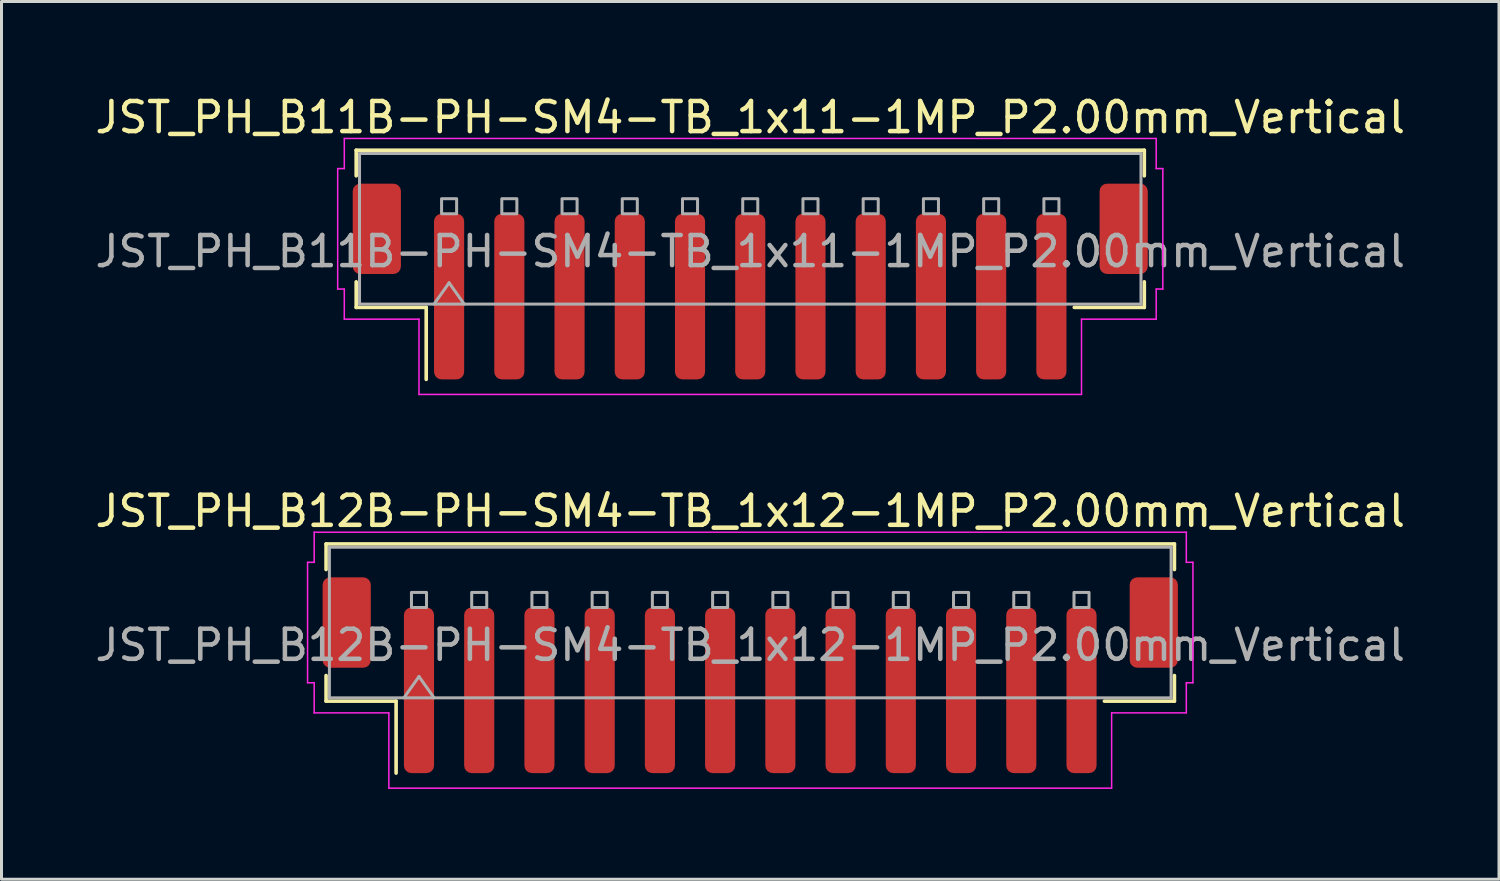
<source format=kicad_pcb>
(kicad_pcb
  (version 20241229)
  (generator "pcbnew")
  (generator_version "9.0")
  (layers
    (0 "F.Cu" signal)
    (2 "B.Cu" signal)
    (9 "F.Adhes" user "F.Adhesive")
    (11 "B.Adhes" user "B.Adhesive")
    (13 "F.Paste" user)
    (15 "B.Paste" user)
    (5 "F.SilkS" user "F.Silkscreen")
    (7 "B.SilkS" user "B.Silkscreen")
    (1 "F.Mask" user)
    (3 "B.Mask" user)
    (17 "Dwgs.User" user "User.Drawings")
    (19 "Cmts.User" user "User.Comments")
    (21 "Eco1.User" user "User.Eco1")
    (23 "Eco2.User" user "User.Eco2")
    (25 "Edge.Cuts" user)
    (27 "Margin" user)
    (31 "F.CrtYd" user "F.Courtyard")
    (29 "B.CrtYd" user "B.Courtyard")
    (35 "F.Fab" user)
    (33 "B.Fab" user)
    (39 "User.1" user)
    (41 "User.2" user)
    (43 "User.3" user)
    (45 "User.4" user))
  (footprint "JST_PH_B12B-PH-SM4-TB_1x12-1MP_P2.00mm_Vertical"
    (layer "F.Cu")
    (at 21.863 19.372)
    (property "Reference" "JST_PH_B12B-PH-SM4-TB_1x12-1MP_P2.00mm_Vertical" (at 0 -5.45 0) (layer "F.SilkS") (effects (font (size 1 1) (thickness 0.15))))
    (attr smd)
    (fp_line (start -14.085 -4.36) (end 14.085 -4.36) (stroke (width 0.12) (type solid)) (layer "F.SilkS"))
    (fp_line (start -14.085 -3.51) (end -14.085 -4.36) (stroke (width 0.12) (type solid)) (layer "F.SilkS"))
    (fp_line (start -14.085 0.01) (end -14.085 0.86) (stroke (width 0.12) (type solid)) (layer "F.SilkS"))
    (fp_line (start -14.085 0.86) (end -11.76 0.86) (stroke (width 0.12) (type solid)) (layer "F.SilkS"))
    (fp_line (start -11.76 0.86) (end -11.76 3.25) (stroke (width 0.12) (type solid)) (layer "F.SilkS"))
    (fp_line (start 14.085 -4.36) (end 14.085 -3.51) (stroke (width 0.12) (type solid)) (layer "F.SilkS"))
    (fp_line (start 14.085 0.01) (end 14.085 0.86) (stroke (width 0.12) (type solid)) (layer "F.SilkS"))
    (fp_line (start 14.085 0.86) (end 11.76 0.86) (stroke (width 0.12) (type solid)) (layer "F.SilkS"))
    (fp_line (start -14.7 -3.75) (end -14.48 -3.75) (stroke (width 0.05) (type solid)) (layer "F.CrtYd"))
    (fp_line (start -14.7 0.25) (end -14.7 -3.75) (stroke (width 0.05) (type solid)) (layer "F.CrtYd"))
    (fp_line (start -14.48 -4.75) (end 14.48 -4.75) (stroke (width 0.05) (type solid)) (layer "F.CrtYd"))
    (fp_line (start -14.48 -3.75) (end -14.48 -4.75) (stroke (width 0.05) (type solid)) (layer "F.CrtYd"))
    (fp_line (start -14.48 0.25) (end -14.7 0.25) (stroke (width 0.05) (type solid)) (layer "F.CrtYd"))
    (fp_line (start -14.48 1.25) (end -14.48 0.25) (stroke (width 0.05) (type solid)) (layer "F.CrtYd"))
    (fp_line (start -12 1.25) (end -14.48 1.25) (stroke (width 0.05) (type solid)) (layer "F.CrtYd"))
    (fp_line (start -12 3.75) (end -12 1.25) (stroke (width 0.05) (type solid)) (layer "F.CrtYd"))
    (fp_line (start 12 1.25) (end 12 3.75) (stroke (width 0.05) (type solid)) (layer "F.CrtYd"))
    (fp_line (start 12 3.75) (end -12 3.75) (stroke (width 0.05) (type solid)) (layer "F.CrtYd"))
    (fp_line (start 14.48 -4.75) (end 14.48 -3.75) (stroke (width 0.05) (type solid)) (layer "F.CrtYd"))
    (fp_line (start 14.48 -3.75) (end 14.7 -3.75) (stroke (width 0.05) (type solid)) (layer "F.CrtYd"))
    (fp_line (start 14.48 0.25) (end 14.48 1.25) (stroke (width 0.05) (type solid)) (layer "F.CrtYd"))
    (fp_line (start 14.48 1.25) (end 12 1.25) (stroke (width 0.05) (type solid)) (layer "F.CrtYd"))
    (fp_line (start 14.7 -3.75) (end 14.7 0.25) (stroke (width 0.05) (type solid)) (layer "F.CrtYd"))
    (fp_line (start 14.7 0.25) (end 14.48 0.25) (stroke (width 0.05) (type solid)) (layer "F.CrtYd"))
    (fp_line (start -13.975 -4.25) (end 13.975 -4.25) (stroke (width 0.1) (type solid)) (layer "F.Fab"))
    (fp_line (start -13.975 0.75) (end -13.975 -4.25) (stroke (width 0.1) (type solid)) (layer "F.Fab"))
    (fp_line (start -13.975 0.75) (end 13.975 0.75) (stroke (width 0.1) (type solid)) (layer "F.Fab"))
    (fp_line (start -11.5 0.75) (end -11 0.043) (stroke (width 0.1) (type solid)) (layer "F.Fab"))
    (fp_line (start -11 0.043) (end -10.5 0.75) (stroke (width 0.1) (type solid)) (layer "F.Fab"))
    (fp_line (start 13.975 0.75) (end 13.975 -4.25) (stroke (width 0.1) (type solid)) (layer "F.Fab"))
    (fp_rect (start -11.25 -2.75) (end -10.75 -2.25) (stroke (width 0.1) (type solid)) (fill no) (layer "F.Fab"))
    (fp_rect (start -9.25 -2.75) (end -8.75 -2.25) (stroke (width 0.1) (type solid)) (fill no) (layer "F.Fab"))
    (fp_rect (start -7.25 -2.75) (end -6.75 -2.25) (stroke (width 0.1) (type solid)) (fill no) (layer "F.Fab"))
    (fp_rect (start -5.25 -2.75) (end -4.75 -2.25) (stroke (width 0.1) (type solid)) (fill no) (layer "F.Fab"))
    (fp_rect (start -3.25 -2.75) (end -2.75 -2.25) (stroke (width 0.1) (type solid)) (fill no) (layer "F.Fab"))
    (fp_rect (start -1.25 -2.75) (end -0.75 -2.25) (stroke (width 0.1) (type solid)) (fill no) (layer "F.Fab"))
    (fp_rect (start 0.75 -2.75) (end 1.25 -2.25) (stroke (width 0.1) (type solid)) (fill no) (layer "F.Fab"))
    (fp_rect (start 2.75 -2.75) (end 3.25 -2.25) (stroke (width 0.1) (type solid)) (fill no) (layer "F.Fab"))
    (fp_rect (start 4.75 -2.75) (end 5.25 -2.25) (stroke (width 0.1) (type solid)) (fill no) (layer "F.Fab"))
    (fp_rect (start 6.75 -2.75) (end 7.25 -2.25) (stroke (width 0.1) (type solid)) (fill no) (layer "F.Fab"))
    (fp_rect (start 8.75 -2.75) (end 9.25 -2.25) (stroke (width 0.1) (type solid)) (fill no) (layer "F.Fab"))
    (fp_rect (start 10.75 -2.75) (end 11.25 -2.25) (stroke (width 0.1) (type solid)) (fill no) (layer "F.Fab"))
    (fp_text user "${REFERENCE}" (at 0 -1 0) (layer "F.Fab") (effects (font (size 1 1) (thickness 0.15))))
    (pad "1" smd roundrect (at -11 0.5) (size 1 5.5) (layers "F.Cu" "F.Mask" "F.Paste") (roundrect_rratio 0.25))
    (pad "2" smd roundrect (at -9 0.5) (size 1 5.5) (layers "F.Cu" "F.Mask" "F.Paste") (roundrect_rratio 0.25))
    (pad "3" smd roundrect (at -7 0.5) (size 1 5.5) (layers "F.Cu" "F.Mask" "F.Paste") (roundrect_rratio 0.25))
    (pad "4" smd roundrect (at -5 0.5) (size 1 5.5) (layers "F.Cu" "F.Mask" "F.Paste") (roundrect_rratio 0.25))
    (pad "5" smd roundrect (at -3 0.5) (size 1 5.5) (layers "F.Cu" "F.Mask" "F.Paste") (roundrect_rratio 0.25))
    (pad "6" smd roundrect (at -1 0.5) (size 1 5.5) (layers "F.Cu" "F.Mask" "F.Paste") (roundrect_rratio 0.25))
    (pad "7" smd roundrect (at 1 0.5) (size 1 5.5) (layers "F.Cu" "F.Mask" "F.Paste") (roundrect_rratio 0.25))
    (pad "8" smd roundrect (at 3 0.5) (size 1 5.5) (layers "F.Cu" "F.Mask" "F.Paste") (roundrect_rratio 0.25))
    (pad "9" smd roundrect (at 5 0.5) (size 1 5.5) (layers "F.Cu" "F.Mask" "F.Paste") (roundrect_rratio 0.25))
    (pad "10" smd roundrect (at 7 0.5) (size 1 5.5) (layers "F.Cu" "F.Mask" "F.Paste") (roundrect_rratio 0.25))
    (pad "11" smd roundrect (at 9 0.5) (size 1 5.5) (layers "F.Cu" "F.Mask" "F.Paste") (roundrect_rratio 0.25))
    (pad "12" smd roundrect (at 11 0.5) (size 1 5.5) (layers "F.Cu" "F.Mask" "F.Paste") (roundrect_rratio 0.25))
    (pad "MP" smd roundrect (at -13.4 -1.75) (size 1.6 3) (layers "F.Cu" "F.Mask" "F.Paste") (roundrect_rratio 0.156))
    (pad "MP" smd roundrect (at 13.4 -1.75) (size 1.6 3) (layers "F.Cu" "F.Mask" "F.Paste") (roundrect_rratio 0.156)))
  (footprint "JST_PH_B11B-PH-SM4-TB_1x11-1MP_P2.00mm_Vertical"
    (layer "F.Cu")
    (at 21.863 6.298)
    (property "Reference" "JST_PH_B11B-PH-SM4-TB_1x11-1MP_P2.00mm_Vertical" (at 0 -5.45 0) (layer "F.SilkS") (effects (font (size 1 1) (thickness 0.15))))
    (attr smd)
    (fp_line (start -13.085 -4.36) (end 13.085 -4.36) (stroke (width 0.12) (type solid)) (layer "F.SilkS"))
    (fp_line (start -13.085 -3.51) (end -13.085 -4.36) (stroke (width 0.12) (type solid)) (layer "F.SilkS"))
    (fp_line (start -13.085 0.01) (end -13.085 0.86) (stroke (width 0.12) (type solid)) (layer "F.SilkS"))
    (fp_line (start -13.085 0.86) (end -10.76 0.86) (stroke (width 0.12) (type solid)) (layer "F.SilkS"))
    (fp_line (start -10.76 0.86) (end -10.76 3.25) (stroke (width 0.12) (type solid)) (layer "F.SilkS"))
    (fp_line (start 13.085 -4.36) (end 13.085 -3.51) (stroke (width 0.12) (type solid)) (layer "F.SilkS"))
    (fp_line (start 13.085 0.01) (end 13.085 0.86) (stroke (width 0.12) (type solid)) (layer "F.SilkS"))
    (fp_line (start 13.085 0.86) (end 10.76 0.86) (stroke (width 0.12) (type solid)) (layer "F.SilkS"))
    (fp_line (start -13.7 -3.75) (end -13.48 -3.75) (stroke (width 0.05) (type solid)) (layer "F.CrtYd"))
    (fp_line (start -13.7 0.25) (end -13.7 -3.75) (stroke (width 0.05) (type solid)) (layer "F.CrtYd"))
    (fp_line (start -13.48 -4.75) (end 13.48 -4.75) (stroke (width 0.05) (type solid)) (layer "F.CrtYd"))
    (fp_line (start -13.48 -3.75) (end -13.48 -4.75) (stroke (width 0.05) (type solid)) (layer "F.CrtYd"))
    (fp_line (start -13.48 0.25) (end -13.7 0.25) (stroke (width 0.05) (type solid)) (layer "F.CrtYd"))
    (fp_line (start -13.48 1.25) (end -13.48 0.25) (stroke (width 0.05) (type solid)) (layer "F.CrtYd"))
    (fp_line (start -11 1.25) (end -13.48 1.25) (stroke (width 0.05) (type solid)) (layer "F.CrtYd"))
    (fp_line (start -11 3.75) (end -11 1.25) (stroke (width 0.05) (type solid)) (layer "F.CrtYd"))
    (fp_line (start 11 1.25) (end 11 3.75) (stroke (width 0.05) (type solid)) (layer "F.CrtYd"))
    (fp_line (start 11 3.75) (end -11 3.75) (stroke (width 0.05) (type solid)) (layer "F.CrtYd"))
    (fp_line (start 13.48 -4.75) (end 13.48 -3.75) (stroke (width 0.05) (type solid)) (layer "F.CrtYd"))
    (fp_line (start 13.48 -3.75) (end 13.7 -3.75) (stroke (width 0.05) (type solid)) (layer "F.CrtYd"))
    (fp_line (start 13.48 0.25) (end 13.48 1.25) (stroke (width 0.05) (type solid)) (layer "F.CrtYd"))
    (fp_line (start 13.48 1.25) (end 11 1.25) (stroke (width 0.05) (type solid)) (layer "F.CrtYd"))
    (fp_line (start 13.7 -3.75) (end 13.7 0.25) (stroke (width 0.05) (type solid)) (layer "F.CrtYd"))
    (fp_line (start 13.7 0.25) (end 13.48 0.25) (stroke (width 0.05) (type solid)) (layer "F.CrtYd"))
    (fp_line (start -12.975 -4.25) (end 12.975 -4.25) (stroke (width 0.1) (type solid)) (layer "F.Fab"))
    (fp_line (start -12.975 0.75) (end -12.975 -4.25) (stroke (width 0.1) (type solid)) (layer "F.Fab"))
    (fp_line (start -12.975 0.75) (end 12.975 0.75) (stroke (width 0.1) (type solid)) (layer "F.Fab"))
    (fp_line (start -10.5 0.75) (end -10 0.043) (stroke (width 0.1) (type solid)) (layer "F.Fab"))
    (fp_line (start -10 0.043) (end -9.5 0.75) (stroke (width 0.1) (type solid)) (layer "F.Fab"))
    (fp_line (start 12.975 0.75) (end 12.975 -4.25) (stroke (width 0.1) (type solid)) (layer "F.Fab"))
    (fp_rect (start -10.25 -2.75) (end -9.75 -2.25) (stroke (width 0.1) (type solid)) (fill no) (layer "F.Fab"))
    (fp_rect (start -8.25 -2.75) (end -7.75 -2.25) (stroke (width 0.1) (type solid)) (fill no) (layer "F.Fab"))
    (fp_rect (start -6.25 -2.75) (end -5.75 -2.25) (stroke (width 0.1) (type solid)) (fill no) (layer "F.Fab"))
    (fp_rect (start -4.25 -2.75) (end -3.75 -2.25) (stroke (width 0.1) (type solid)) (fill no) (layer "F.Fab"))
    (fp_rect (start -2.25 -2.75) (end -1.75 -2.25) (stroke (width 0.1) (type solid)) (fill no) (layer "F.Fab"))
    (fp_rect (start -0.25 -2.75) (end 0.25 -2.25) (stroke (width 0.1) (type solid)) (fill no) (layer "F.Fab"))
    (fp_rect (start 1.75 -2.75) (end 2.25 -2.25) (stroke (width 0.1) (type solid)) (fill no) (layer "F.Fab"))
    (fp_rect (start 3.75 -2.75) (end 4.25 -2.25) (stroke (width 0.1) (type solid)) (fill no) (layer "F.Fab"))
    (fp_rect (start 5.75 -2.75) (end 6.25 -2.25) (stroke (width 0.1) (type solid)) (fill no) (layer "F.Fab"))
    (fp_rect (start 7.75 -2.75) (end 8.25 -2.25) (stroke (width 0.1) (type solid)) (fill no) (layer "F.Fab"))
    (fp_rect (start 9.75 -2.75) (end 10.25 -2.25) (stroke (width 0.1) (type solid)) (fill no) (layer "F.Fab"))
    (fp_text user "${REFERENCE}" (at 0 -1 0) (layer "F.Fab") (effects (font (size 1 1) (thickness 0.15))))
    (pad "1" smd roundrect (at -10 0.5) (size 1 5.5) (layers "F.Cu" "F.Mask" "F.Paste") (roundrect_rratio 0.25))
    (pad "2" smd roundrect (at -8 0.5) (size 1 5.5) (layers "F.Cu" "F.Mask" "F.Paste") (roundrect_rratio 0.25))
    (pad "3" smd roundrect (at -6 0.5) (size 1 5.5) (layers "F.Cu" "F.Mask" "F.Paste") (roundrect_rratio 0.25))
    (pad "4" smd roundrect (at -4 0.5) (size 1 5.5) (layers "F.Cu" "F.Mask" "F.Paste") (roundrect_rratio 0.25))
    (pad "5" smd roundrect (at -2 0.5) (size 1 5.5) (layers "F.Cu" "F.Mask" "F.Paste") (roundrect_rratio 0.25))
    (pad "6" smd roundrect (at 0 0.5) (size 1 5.5) (layers "F.Cu" "F.Mask" "F.Paste") (roundrect_rratio 0.25))
    (pad "7" smd roundrect (at 2 0.5) (size 1 5.5) (layers "F.Cu" "F.Mask" "F.Paste") (roundrect_rratio 0.25))
    (pad "8" smd roundrect (at 4 0.5) (size 1 5.5) (layers "F.Cu" "F.Mask" "F.Paste") (roundrect_rratio 0.25))
    (pad "9" smd roundrect (at 6 0.5) (size 1 5.5) (layers "F.Cu" "F.Mask" "F.Paste") (roundrect_rratio 0.25))
    (pad "10" smd roundrect (at 8 0.5) (size 1 5.5) (layers "F.Cu" "F.Mask" "F.Paste") (roundrect_rratio 0.25))
    (pad "11" smd roundrect (at 10 0.5) (size 1 5.5) (layers "F.Cu" "F.Mask" "F.Paste") (roundrect_rratio 0.25))
    (pad "MP" smd roundrect (at -12.4 -1.75) (size 1.6 3) (layers "F.Cu" "F.Mask" "F.Paste") (roundrect_rratio 0.156))
    (pad "MP" smd roundrect (at 12.4 -1.75) (size 1.6 3) (layers "F.Cu" "F.Mask" "F.Paste") (roundrect_rratio 0.156)))
  (gr_rect
    (start -3 -3)
    (end 46.726 26.146)
    (stroke (width 0.1) (type default))
    (fill no)
    (layer "Edge.Cuts")))
</source>
